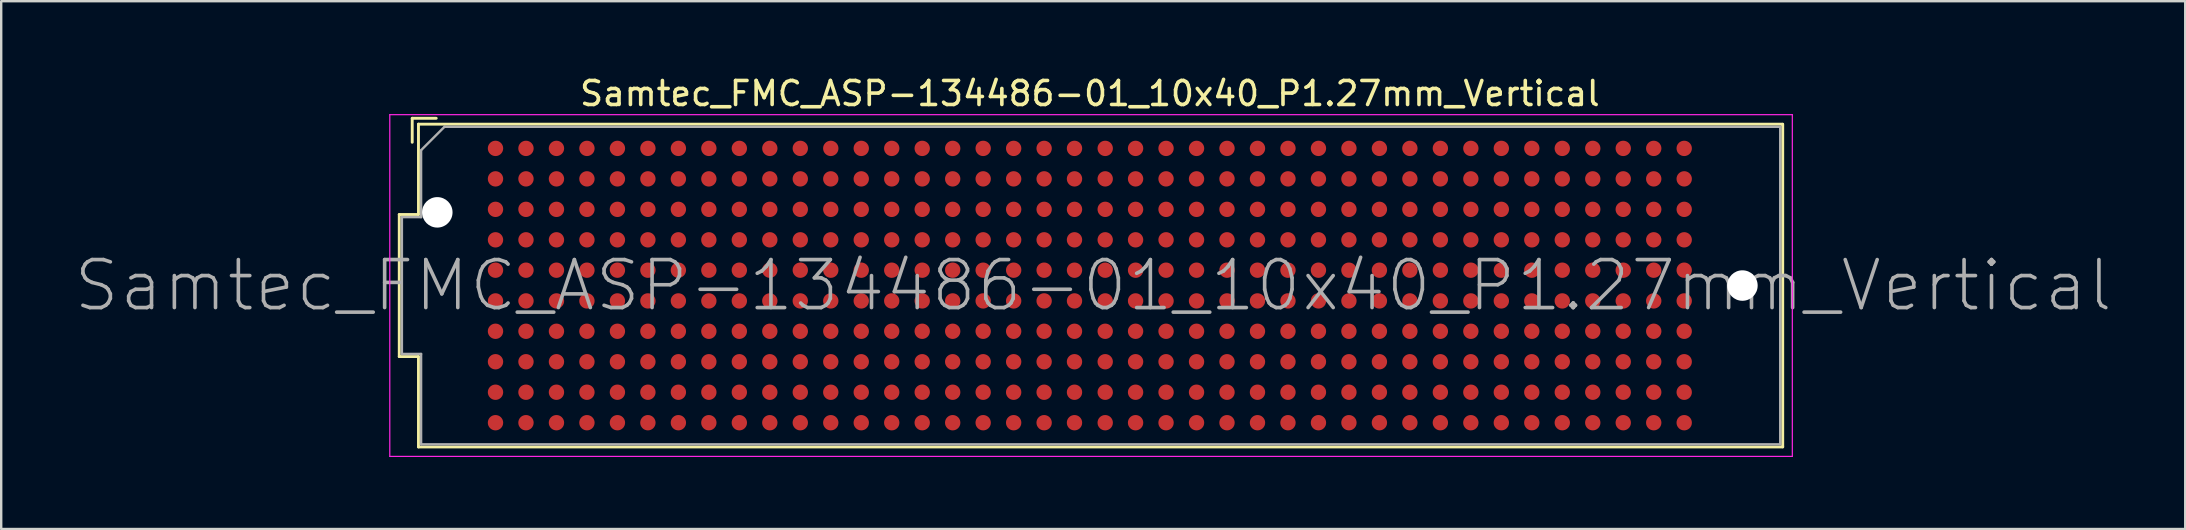
<source format=kicad_pcb>
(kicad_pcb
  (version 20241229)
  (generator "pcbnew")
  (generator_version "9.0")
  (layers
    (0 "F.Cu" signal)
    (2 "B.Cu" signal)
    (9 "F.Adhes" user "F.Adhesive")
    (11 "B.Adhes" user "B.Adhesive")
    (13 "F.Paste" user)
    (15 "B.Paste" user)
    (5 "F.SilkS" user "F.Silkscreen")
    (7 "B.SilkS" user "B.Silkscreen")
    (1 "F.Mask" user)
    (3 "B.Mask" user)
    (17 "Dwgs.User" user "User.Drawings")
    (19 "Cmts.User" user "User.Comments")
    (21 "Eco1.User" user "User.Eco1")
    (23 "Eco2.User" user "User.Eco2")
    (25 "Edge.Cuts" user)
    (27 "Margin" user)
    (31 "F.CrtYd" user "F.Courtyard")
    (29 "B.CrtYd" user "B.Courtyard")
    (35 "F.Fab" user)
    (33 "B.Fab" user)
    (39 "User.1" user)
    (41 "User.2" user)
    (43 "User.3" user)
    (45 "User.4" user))
  (footprint "Samtec_FMC_ASP-134486-01_10x40_P1.27mm_Vertical"
    (layer "F.Cu")
    (at 42.361 8.848)
    (property "Reference" "Samtec_FMC_ASP-134486-01_10x40_P1.27mm_Vertical" (at 0 -8 0) (layer "F.SilkS") (effects (font (size 1 1) (thickness 0.15))))
    (attr smd)
    (fp_line (start -28.775 -2.96) (end -27.975 -2.96) (stroke (width 0.12) (type solid)) (layer "F.SilkS"))
    (fp_line (start -28.775 2.96) (end -28.775 -2.96) (stroke (width 0.12) (type solid)) (layer "F.SilkS"))
    (fp_line (start -28.235 -6.97) (end -28.235 -5.97) (stroke (width 0.12) (type solid)) (layer "F.SilkS"))
    (fp_line (start -27.975 -6.725) (end 28.865 -6.725) (stroke (width 0.12) (type solid)) (layer "F.SilkS"))
    (fp_line (start -27.975 -2.96) (end -27.975 -6.725) (stroke (width 0.12) (type solid)) (layer "F.SilkS"))
    (fp_line (start -27.975 2.96) (end -28.775 2.96) (stroke (width 0.12) (type solid)) (layer "F.SilkS"))
    (fp_line (start -27.975 6.725) (end -27.975 2.96) (stroke (width 0.12) (type solid)) (layer "F.SilkS"))
    (fp_line (start -27.235 -6.97) (end -28.235 -6.97) (stroke (width 0.12) (type solid)) (layer "F.SilkS"))
    (fp_line (start 28.87 -6.72) (end 28.87 6.72) (stroke (width 0.12) (type solid)) (layer "F.SilkS"))
    (fp_line (start 28.87 6.725) (end -27.975 6.725) (stroke (width 0.12) (type solid)) (layer "F.SilkS"))
    (fp_line (start -29.17 -7.12) (end -29.17 7.12) (stroke (width 0.05) (type solid)) (layer "F.CrtYd"))
    (fp_line (start -29.17 -7.12) (end 29.27 -7.12) (stroke (width 0.05) (type solid)) (layer "F.CrtYd"))
    (fp_line (start -29.17 7.12) (end 29.27 7.12) (stroke (width 0.05) (type solid)) (layer "F.CrtYd"))
    (fp_line (start 29.27 -7.12) (end 29.27 7.12) (stroke (width 0.05) (type solid)) (layer "F.CrtYd"))
    (fp_line (start -28.665 -2.85) (end -28.665 2.85) (stroke (width 0.1) (type solid)) (layer "F.Fab"))
    (fp_line (start -27.865 -2.85) (end -28.665 -2.85) (stroke (width 0.1) (type solid)) (layer "F.Fab"))
    (fp_line (start -27.865 -2.85) (end -27.865 -5.63) (stroke (width 0.1) (type solid)) (layer "F.Fab"))
    (fp_line (start -27.865 2.85) (end -28.665 2.85) (stroke (width 0.1) (type solid)) (layer "F.Fab"))
    (fp_line (start -27.865 2.85) (end -27.865 6.615) (stroke (width 0.1) (type solid)) (layer "F.Fab"))
    (fp_line (start -26.885 -6.62) (end -27.865 -5.64) (stroke (width 0.1) (type solid)) (layer "F.Fab"))
    (fp_line (start 28.765 -6.615) (end -26.885 -6.615) (stroke (width 0.1) (type solid)) (layer "F.Fab"))
    (fp_line (start 28.765 -6.615) (end 28.765 6.615) (stroke (width 0.1) (type solid)) (layer "F.Fab"))
    (fp_line (start 28.765 6.615) (end -27.865 6.615) (stroke (width 0.1) (type solid)) (layer "F.Fab"))
    (fp_text user "${REFERENCE}" (at 0.14 0 0) (layer "F.Fab") (effects (font (size 2 2) (thickness 0.15))))
    (pad "" np_thru_hole circle (at -27.19 -3.05) (size 1.27 1.27) (drill 1.27) (layers "*.Cu" "*.Paste" "*.Mask"))
    (pad "" np_thru_hole circle (at 27.191 0) (size 1.27 1.27) (drill 1.27) (layers "*.Cu" "*.Paste" "*.Mask"))
    (pad "A1" smd circle (at -24.765 -5.715) (size 0.64 0.64) (layers "F.Cu" "F.Mask" "F.Paste"))
    (pad "A2" smd circle (at -23.495 -5.715) (size 0.64 0.64) (layers "F.Cu" "F.Mask" "F.Paste"))
    (pad "A3" smd circle (at -22.225 -5.715) (size 0.64 0.64) (layers "F.Cu" "F.Mask" "F.Paste"))
    (pad "A4" smd circle (at -20.955 -5.715) (size 0.64 0.64) (layers "F.Cu" "F.Mask" "F.Paste"))
    (pad "A5" smd circle (at -19.685 -5.715) (size 0.64 0.64) (layers "F.Cu" "F.Mask" "F.Paste"))
    (pad "A6" smd circle (at -18.415 -5.715) (size 0.64 0.64) (layers "F.Cu" "F.Mask" "F.Paste"))
    (pad "A7" smd circle (at -17.145 -5.715) (size 0.64 0.64) (layers "F.Cu" "F.Mask" "F.Paste"))
    (pad "A8" smd circle (at -15.875 -5.715) (size 0.64 0.64) (layers "F.Cu" "F.Mask" "F.Paste"))
    (pad "A9" smd circle (at -14.605 -5.715) (size 0.64 0.64) (layers "F.Cu" "F.Mask" "F.Paste"))
    (pad "A10" smd circle (at -13.335 -5.715) (size 0.64 0.64) (layers "F.Cu" "F.Mask" "F.Paste"))
    (pad "A11" smd circle (at -12.065 -5.715) (size 0.64 0.64) (layers "F.Cu" "F.Mask" "F.Paste"))
    (pad "A12" smd circle (at -10.795 -5.715) (size 0.64 0.64) (layers "F.Cu" "F.Mask" "F.Paste"))
    (pad "A13" smd circle (at -9.525 -5.715) (size 0.64 0.64) (layers "F.Cu" "F.Mask" "F.Paste"))
    (pad "A14" smd circle (at -8.255 -5.715) (size 0.64 0.64) (layers "F.Cu" "F.Mask" "F.Paste"))
    (pad "A15" smd circle (at -6.985 -5.715) (size 0.64 0.64) (layers "F.Cu" "F.Mask" "F.Paste"))
    (pad "A16" smd circle (at -5.715 -5.715) (size 0.64 0.64) (layers "F.Cu" "F.Mask" "F.Paste"))
    (pad "A17" smd circle (at -4.445 -5.715) (size 0.64 0.64) (layers "F.Cu" "F.Mask" "F.Paste"))
    (pad "A18" smd circle (at -3.175 -5.715) (size 0.64 0.64) (layers "F.Cu" "F.Mask" "F.Paste"))
    (pad "A19" smd circle (at -1.905 -5.715) (size 0.64 0.64) (layers "F.Cu" "F.Mask" "F.Paste"))
    (pad "A20" smd circle (at -0.64 -5.715) (size 0.64 0.64) (layers "F.Cu" "F.Mask" "F.Paste"))
    (pad "A21" smd circle (at 0.64 -5.715) (size 0.64 0.64) (layers "F.Cu" "F.Mask" "F.Paste"))
    (pad "A22" smd circle (at 1.905 -5.715) (size 0.64 0.64) (layers "F.Cu" "F.Mask" "F.Paste"))
    (pad "A23" smd circle (at 3.175 -5.715) (size 0.64 0.64) (layers "F.Cu" "F.Mask" "F.Paste"))
    (pad "A24" smd circle (at 4.445 -5.715) (size 0.64 0.64) (layers "F.Cu" "F.Mask" "F.Paste"))
    (pad "A25" smd circle (at 5.715 -5.715) (size 0.64 0.64) (layers "F.Cu" "F.Mask" "F.Paste"))
    (pad "A26" smd circle (at 6.985 -5.715) (size 0.64 0.64) (layers "F.Cu" "F.Mask" "F.Paste"))
    (pad "A27" smd circle (at 8.255 -5.715) (size 0.64 0.64) (layers "F.Cu" "F.Mask" "F.Paste"))
    (pad "A28" smd circle (at 9.525 -5.715) (size 0.64 0.64) (layers "F.Cu" "F.Mask" "F.Paste"))
    (pad "A29" smd circle (at 10.795 -5.715) (size 0.64 0.64) (layers "F.Cu" "F.Mask" "F.Paste"))
    (pad "A30" smd circle (at 12.065 -5.715) (size 0.64 0.64) (layers "F.Cu" "F.Mask" "F.Paste"))
    (pad "A31" smd circle (at 13.335 -5.715) (size 0.64 0.64) (layers "F.Cu" "F.Mask" "F.Paste"))
    (pad "A32" smd circle (at 14.605 -5.715) (size 0.64 0.64) (layers "F.Cu" "F.Mask" "F.Paste"))
    (pad "A33" smd circle (at 15.875 -5.715) (size 0.64 0.64) (layers "F.Cu" "F.Mask" "F.Paste"))
    (pad "A34" smd circle (at 17.145 -5.715) (size 0.64 0.64) (layers "F.Cu" "F.Mask" "F.Paste"))
    (pad "A35" smd circle (at 18.415 -5.715) (size 0.64 0.64) (layers "F.Cu" "F.Mask" "F.Paste"))
    (pad "A36" smd circle (at 19.685 -5.715) (size 0.64 0.64) (layers "F.Cu" "F.Mask" "F.Paste"))
    (pad "A37" smd circle (at 20.955 -5.715) (size 0.64 0.64) (layers "F.Cu" "F.Mask" "F.Paste"))
    (pad "A38" smd circle (at 22.225 -5.715) (size 0.64 0.64) (layers "F.Cu" "F.Mask" "F.Paste"))
    (pad "A39" smd circle (at 23.495 -5.715) (size 0.64 0.64) (layers "F.Cu" "F.Mask" "F.Paste"))
    (pad "A40" smd circle (at 24.765 -5.715) (size 0.64 0.64) (layers "F.Cu" "F.Mask" "F.Paste"))
    (pad "B1" smd circle (at -24.765 -4.445) (size 0.64 0.64) (layers "F.Cu" "F.Mask" "F.Paste"))
    (pad "B2" smd circle (at -23.495 -4.445) (size 0.64 0.64) (layers "F.Cu" "F.Mask" "F.Paste"))
    (pad "B3" smd circle (at -22.225 -4.445) (size 0.64 0.64) (layers "F.Cu" "F.Mask" "F.Paste"))
    (pad "B4" smd circle (at -20.955 -4.445) (size 0.64 0.64) (layers "F.Cu" "F.Mask" "F.Paste"))
    (pad "B5" smd circle (at -19.685 -4.445) (size 0.64 0.64) (layers "F.Cu" "F.Mask" "F.Paste"))
    (pad "B6" smd circle (at -18.415 -4.445) (size 0.64 0.64) (layers "F.Cu" "F.Mask" "F.Paste"))
    (pad "B7" smd circle (at -17.145 -4.445) (size 0.64 0.64) (layers "F.Cu" "F.Mask" "F.Paste"))
    (pad "B8" smd circle (at -15.875 -4.445) (size 0.64 0.64) (layers "F.Cu" "F.Mask" "F.Paste"))
    (pad "B9" smd circle (at -14.605 -4.445) (size 0.64 0.64) (layers "F.Cu" "F.Mask" "F.Paste"))
    (pad "B10" smd circle (at -13.335 -4.445) (size 0.64 0.64) (layers "F.Cu" "F.Mask" "F.Paste"))
    (pad "B11" smd circle (at -12.065 -4.445) (size 0.64 0.64) (layers "F.Cu" "F.Mask" "F.Paste"))
    (pad "B12" smd circle (at -10.795 -4.445) (size 0.64 0.64) (layers "F.Cu" "F.Mask" "F.Paste"))
    (pad "B13" smd circle (at -9.525 -4.445) (size 0.64 0.64) (layers "F.Cu" "F.Mask" "F.Paste"))
    (pad "B14" smd circle (at -8.255 -4.445) (size 0.64 0.64) (layers "F.Cu" "F.Mask" "F.Paste"))
    (pad "B15" smd circle (at -6.985 -4.445) (size 0.64 0.64) (layers "F.Cu" "F.Mask" "F.Paste"))
    (pad "B16" smd circle (at -5.715 -4.445) (size 0.64 0.64) (layers "F.Cu" "F.Mask" "F.Paste"))
    (pad "B17" smd circle (at -4.445 -4.445) (size 0.64 0.64) (layers "F.Cu" "F.Mask" "F.Paste"))
    (pad "B18" smd circle (at -3.175 -4.445) (size 0.64 0.64) (layers "F.Cu" "F.Mask" "F.Paste"))
    (pad "B19" smd circle (at -1.905 -4.445) (size 0.64 0.64) (layers "F.Cu" "F.Mask" "F.Paste"))
    (pad "B20" smd circle (at -0.64 -4.445) (size 0.64 0.64) (layers "F.Cu" "F.Mask" "F.Paste"))
    (pad "B21" smd circle (at 0.64 -4.445) (size 0.64 0.64) (layers "F.Cu" "F.Mask" "F.Paste"))
    (pad "B22" smd circle (at 1.905 -4.445) (size 0.64 0.64) (layers "F.Cu" "F.Mask" "F.Paste"))
    (pad "B23" smd circle (at 3.175 -4.445) (size 0.64 0.64) (layers "F.Cu" "F.Mask" "F.Paste"))
    (pad "B24" smd circle (at 4.445 -4.445) (size 0.64 0.64) (layers "F.Cu" "F.Mask" "F.Paste"))
    (pad "B25" smd circle (at 5.715 -4.445) (size 0.64 0.64) (layers "F.Cu" "F.Mask" "F.Paste"))
    (pad "B26" smd circle (at 6.985 -4.445) (size 0.64 0.64) (layers "F.Cu" "F.Mask" "F.Paste"))
    (pad "B27" smd circle (at 8.255 -4.445) (size 0.64 0.64) (layers "F.Cu" "F.Mask" "F.Paste"))
    (pad "B28" smd circle (at 9.525 -4.445) (size 0.64 0.64) (layers "F.Cu" "F.Mask" "F.Paste"))
    (pad "B29" smd circle (at 10.795 -4.445) (size 0.64 0.64) (layers "F.Cu" "F.Mask" "F.Paste"))
    (pad "B30" smd circle (at 12.065 -4.445) (size 0.64 0.64) (layers "F.Cu" "F.Mask" "F.Paste"))
    (pad "B31" smd circle (at 13.335 -4.445) (size 0.64 0.64) (layers "F.Cu" "F.Mask" "F.Paste"))
    (pad "B32" smd circle (at 14.605 -4.445) (size 0.64 0.64) (layers "F.Cu" "F.Mask" "F.Paste"))
    (pad "B33" smd circle (at 15.875 -4.445) (size 0.64 0.64) (layers "F.Cu" "F.Mask" "F.Paste"))
    (pad "B34" smd circle (at 17.145 -4.445) (size 0.64 0.64) (layers "F.Cu" "F.Mask" "F.Paste"))
    (pad "B35" smd circle (at 18.415 -4.445) (size 0.64 0.64) (layers "F.Cu" "F.Mask" "F.Paste"))
    (pad "B36" smd circle (at 19.685 -4.445) (size 0.64 0.64) (layers "F.Cu" "F.Mask" "F.Paste"))
    (pad "B37" smd circle (at 20.955 -4.445) (size 0.64 0.64) (layers "F.Cu" "F.Mask" "F.Paste"))
    (pad "B38" smd circle (at 22.225 -4.445) (size 0.64 0.64) (layers "F.Cu" "F.Mask" "F.Paste"))
    (pad "B39" smd circle (at 23.495 -4.445) (size 0.64 0.64) (layers "F.Cu" "F.Mask" "F.Paste"))
    (pad "B40" smd circle (at 24.765 -4.445) (size 0.64 0.64) (layers "F.Cu" "F.Mask" "F.Paste"))
    (pad "C1" smd circle (at -24.765 -3.175) (size 0.64 0.64) (layers "F.Cu" "F.Mask" "F.Paste"))
    (pad "C2" smd circle (at -23.495 -3.175) (size 0.64 0.64) (layers "F.Cu" "F.Mask" "F.Paste"))
    (pad "C3" smd circle (at -22.225 -3.175) (size 0.64 0.64) (layers "F.Cu" "F.Mask" "F.Paste"))
    (pad "C4" smd circle (at -20.955 -3.175) (size 0.64 0.64) (layers "F.Cu" "F.Mask" "F.Paste"))
    (pad "C5" smd circle (at -19.685 -3.175) (size 0.64 0.64) (layers "F.Cu" "F.Mask" "F.Paste"))
    (pad "C6" smd circle (at -18.415 -3.175) (size 0.64 0.64) (layers "F.Cu" "F.Mask" "F.Paste"))
    (pad "C7" smd circle (at -17.145 -3.175) (size 0.64 0.64) (layers "F.Cu" "F.Mask" "F.Paste"))
    (pad "C8" smd circle (at -15.875 -3.175) (size 0.64 0.64) (layers "F.Cu" "F.Mask" "F.Paste"))
    (pad "C9" smd circle (at -14.605 -3.175) (size 0.64 0.64) (layers "F.Cu" "F.Mask" "F.Paste"))
    (pad "C10" smd circle (at -13.335 -3.175) (size 0.64 0.64) (layers "F.Cu" "F.Mask" "F.Paste"))
    (pad "C11" smd circle (at -12.065 -3.175) (size 0.64 0.64) (layers "F.Cu" "F.Mask" "F.Paste"))
    (pad "C12" smd circle (at -10.795 -3.175) (size 0.64 0.64) (layers "F.Cu" "F.Mask" "F.Paste"))
    (pad "C13" smd circle (at -9.525 -3.175) (size 0.64 0.64) (layers "F.Cu" "F.Mask" "F.Paste"))
    (pad "C14" smd circle (at -8.255 -3.175) (size 0.64 0.64) (layers "F.Cu" "F.Mask" "F.Paste"))
    (pad "C15" smd circle (at -6.985 -3.175) (size 0.64 0.64) (layers "F.Cu" "F.Mask" "F.Paste"))
    (pad "C16" smd circle (at -5.715 -3.175) (size 0.64 0.64) (layers "F.Cu" "F.Mask" "F.Paste"))
    (pad "C17" smd circle (at -4.445 -3.175) (size 0.64 0.64) (layers "F.Cu" "F.Mask" "F.Paste"))
    (pad "C18" smd circle (at -3.175 -3.175) (size 0.64 0.64) (layers "F.Cu" "F.Mask" "F.Paste"))
    (pad "C19" smd circle (at -1.905 -3.175) (size 0.64 0.64) (layers "F.Cu" "F.Mask" "F.Paste"))
    (pad "C20" smd circle (at -0.64 -3.175) (size 0.64 0.64) (layers "F.Cu" "F.Mask" "F.Paste"))
    (pad "C21" smd circle (at 0.64 -3.175) (size 0.64 0.64) (layers "F.Cu" "F.Mask" "F.Paste"))
    (pad "C22" smd circle (at 1.905 -3.175) (size 0.64 0.64) (layers "F.Cu" "F.Mask" "F.Paste"))
    (pad "C23" smd circle (at 3.175 -3.175) (size 0.64 0.64) (layers "F.Cu" "F.Mask" "F.Paste"))
    (pad "C24" smd circle (at 4.445 -3.175) (size 0.64 0.64) (layers "F.Cu" "F.Mask" "F.Paste"))
    (pad "C25" smd circle (at 5.715 -3.175) (size 0.64 0.64) (layers "F.Cu" "F.Mask" "F.Paste"))
    (pad "C26" smd circle (at 6.985 -3.175) (size 0.64 0.64) (layers "F.Cu" "F.Mask" "F.Paste"))
    (pad "C27" smd circle (at 8.255 -3.175) (size 0.64 0.64) (layers "F.Cu" "F.Mask" "F.Paste"))
    (pad "C28" smd circle (at 9.525 -3.175) (size 0.64 0.64) (layers "F.Cu" "F.Mask" "F.Paste"))
    (pad "C29" smd circle (at 10.795 -3.175) (size 0.64 0.64) (layers "F.Cu" "F.Mask" "F.Paste"))
    (pad "C30" smd circle (at 12.065 -3.175) (size 0.64 0.64) (layers "F.Cu" "F.Mask" "F.Paste"))
    (pad "C31" smd circle (at 13.335 -3.175) (size 0.64 0.64) (layers "F.Cu" "F.Mask" "F.Paste"))
    (pad "C32" smd circle (at 14.605 -3.175) (size 0.64 0.64) (layers "F.Cu" "F.Mask" "F.Paste"))
    (pad "C33" smd circle (at 15.875 -3.175) (size 0.64 0.64) (layers "F.Cu" "F.Mask" "F.Paste"))
    (pad "C34" smd circle (at 17.145 -3.175) (size 0.64 0.64) (layers "F.Cu" "F.Mask" "F.Paste"))
    (pad "C35" smd circle (at 18.415 -3.175) (size 0.64 0.64) (layers "F.Cu" "F.Mask" "F.Paste"))
    (pad "C36" smd circle (at 19.685 -3.175) (size 0.64 0.64) (layers "F.Cu" "F.Mask" "F.Paste"))
    (pad "C37" smd circle (at 20.955 -3.175) (size 0.64 0.64) (layers "F.Cu" "F.Mask" "F.Paste"))
    (pad "C38" smd circle (at 22.225 -3.175) (size 0.64 0.64) (layers "F.Cu" "F.Mask" "F.Paste"))
    (pad "C39" smd circle (at 23.495 -3.175) (size 0.64 0.64) (layers "F.Cu" "F.Mask" "F.Paste"))
    (pad "C40" smd circle (at 24.765 -3.175) (size 0.64 0.64) (layers "F.Cu" "F.Mask" "F.Paste"))
    (pad "D1" smd circle (at -24.765 -1.905) (size 0.64 0.64) (layers "F.Cu" "F.Mask" "F.Paste"))
    (pad "D2" smd circle (at -23.495 -1.905) (size 0.64 0.64) (layers "F.Cu" "F.Mask" "F.Paste"))
    (pad "D3" smd circle (at -22.225 -1.905) (size 0.64 0.64) (layers "F.Cu" "F.Mask" "F.Paste"))
    (pad "D4" smd circle (at -20.955 -1.905) (size 0.64 0.64) (layers "F.Cu" "F.Mask" "F.Paste"))
    (pad "D5" smd circle (at -19.685 -1.905) (size 0.64 0.64) (layers "F.Cu" "F.Mask" "F.Paste"))
    (pad "D6" smd circle (at -18.415 -1.905) (size 0.64 0.64) (layers "F.Cu" "F.Mask" "F.Paste"))
    (pad "D7" smd circle (at -17.145 -1.905) (size 0.64 0.64) (layers "F.Cu" "F.Mask" "F.Paste"))
    (pad "D8" smd circle (at -15.875 -1.905) (size 0.64 0.64) (layers "F.Cu" "F.Mask" "F.Paste"))
    (pad "D9" smd circle (at -14.605 -1.905) (size 0.64 0.64) (layers "F.Cu" "F.Mask" "F.Paste"))
    (pad "D10" smd circle (at -13.335 -1.905) (size 0.64 0.64) (layers "F.Cu" "F.Mask" "F.Paste"))
    (pad "D11" smd circle (at -12.065 -1.905) (size 0.64 0.64) (layers "F.Cu" "F.Mask" "F.Paste"))
    (pad "D12" smd circle (at -10.795 -1.905) (size 0.64 0.64) (layers "F.Cu" "F.Mask" "F.Paste"))
    (pad "D13" smd circle (at -9.525 -1.905) (size 0.64 0.64) (layers "F.Cu" "F.Mask" "F.Paste"))
    (pad "D14" smd circle (at -8.255 -1.905) (size 0.64 0.64) (layers "F.Cu" "F.Mask" "F.Paste"))
    (pad "D15" smd circle (at -6.985 -1.905) (size 0.64 0.64) (layers "F.Cu" "F.Mask" "F.Paste"))
    (pad "D16" smd circle (at -5.715 -1.905) (size 0.64 0.64) (layers "F.Cu" "F.Mask" "F.Paste"))
    (pad "D17" smd circle (at -4.445 -1.905) (size 0.64 0.64) (layers "F.Cu" "F.Mask" "F.Paste"))
    (pad "D18" smd circle (at -3.175 -1.905) (size 0.64 0.64) (layers "F.Cu" "F.Mask" "F.Paste"))
    (pad "D19" smd circle (at -1.905 -1.905) (size 0.64 0.64) (layers "F.Cu" "F.Mask" "F.Paste"))
    (pad "D20" smd circle (at -0.64 -1.905) (size 0.64 0.64) (layers "F.Cu" "F.Mask" "F.Paste"))
    (pad "D21" smd circle (at 0.64 -1.905) (size 0.64 0.64) (layers "F.Cu" "F.Mask" "F.Paste"))
    (pad "D22" smd circle (at 1.905 -1.905) (size 0.64 0.64) (layers "F.Cu" "F.Mask" "F.Paste"))
    (pad "D23" smd circle (at 3.175 -1.905) (size 0.64 0.64) (layers "F.Cu" "F.Mask" "F.Paste"))
    (pad "D24" smd circle (at 4.445 -1.905) (size 0.64 0.64) (layers "F.Cu" "F.Mask" "F.Paste"))
    (pad "D25" smd circle (at 5.715 -1.905) (size 0.64 0.64) (layers "F.Cu" "F.Mask" "F.Paste"))
    (pad "D26" smd circle (at 6.985 -1.905) (size 0.64 0.64) (layers "F.Cu" "F.Mask" "F.Paste"))
    (pad "D27" smd circle (at 8.255 -1.905) (size 0.64 0.64) (layers "F.Cu" "F.Mask" "F.Paste"))
    (pad "D28" smd circle (at 9.525 -1.905) (size 0.64 0.64) (layers "F.Cu" "F.Mask" "F.Paste"))
    (pad "D29" smd circle (at 10.795 -1.905) (size 0.64 0.64) (layers "F.Cu" "F.Mask" "F.Paste"))
    (pad "D30" smd circle (at 12.065 -1.905) (size 0.64 0.64) (layers "F.Cu" "F.Mask" "F.Paste"))
    (pad "D31" smd circle (at 13.335 -1.905) (size 0.64 0.64) (layers "F.Cu" "F.Mask" "F.Paste"))
    (pad "D32" smd circle (at 14.605 -1.905) (size 0.64 0.64) (layers "F.Cu" "F.Mask" "F.Paste"))
    (pad "D33" smd circle (at 15.875 -1.905) (size 0.64 0.64) (layers "F.Cu" "F.Mask" "F.Paste"))
    (pad "D34" smd circle (at 17.145 -1.905) (size 0.64 0.64) (layers "F.Cu" "F.Mask" "F.Paste"))
    (pad "D35" smd circle (at 18.415 -1.905) (size 0.64 0.64) (layers "F.Cu" "F.Mask" "F.Paste"))
    (pad "D36" smd circle (at 19.685 -1.905) (size 0.64 0.64) (layers "F.Cu" "F.Mask" "F.Paste"))
    (pad "D37" smd circle (at 20.955 -1.905) (size 0.64 0.64) (layers "F.Cu" "F.Mask" "F.Paste"))
    (pad "D38" smd circle (at 22.225 -1.905) (size 0.64 0.64) (layers "F.Cu" "F.Mask" "F.Paste"))
    (pad "D39" smd circle (at 23.495 -1.905) (size 0.64 0.64) (layers "F.Cu" "F.Mask" "F.Paste"))
    (pad "D40" smd circle (at 24.765 -1.905) (size 0.64 0.64) (layers "F.Cu" "F.Mask" "F.Paste"))
    (pad "E1" smd circle (at -24.765 -0.64) (size 0.64 0.64) (layers "F.Cu" "F.Mask" "F.Paste"))
    (pad "E2" smd circle (at -23.495 -0.64) (size 0.64 0.64) (layers "F.Cu" "F.Mask" "F.Paste"))
    (pad "E3" smd circle (at -22.225 -0.64) (size 0.64 0.64) (layers "F.Cu" "F.Mask" "F.Paste"))
    (pad "E4" smd circle (at -20.955 -0.64) (size 0.64 0.64) (layers "F.Cu" "F.Mask" "F.Paste"))
    (pad "E5" smd circle (at -19.685 -0.64) (size 0.64 0.64) (layers "F.Cu" "F.Mask" "F.Paste"))
    (pad "E6" smd circle (at -18.415 -0.64) (size 0.64 0.64) (layers "F.Cu" "F.Mask" "F.Paste"))
    (pad "E7" smd circle (at -17.145 -0.64) (size 0.64 0.64) (layers "F.Cu" "F.Mask" "F.Paste"))
    (pad "E8" smd circle (at -15.875 -0.64) (size 0.64 0.64) (layers "F.Cu" "F.Mask" "F.Paste"))
    (pad "E9" smd circle (at -14.605 -0.64) (size 0.64 0.64) (layers "F.Cu" "F.Mask" "F.Paste"))
    (pad "E10" smd circle (at -13.335 -0.64) (size 0.64 0.64) (layers "F.Cu" "F.Mask" "F.Paste"))
    (pad "E11" smd circle (at -12.065 -0.64) (size 0.64 0.64) (layers "F.Cu" "F.Mask" "F.Paste"))
    (pad "E12" smd circle (at -10.795 -0.64) (size 0.64 0.64) (layers "F.Cu" "F.Mask" "F.Paste"))
    (pad "E13" smd circle (at -9.525 -0.64) (size 0.64 0.64) (layers "F.Cu" "F.Mask" "F.Paste"))
    (pad "E14" smd circle (at -8.255 -0.64) (size 0.64 0.64) (layers "F.Cu" "F.Mask" "F.Paste"))
    (pad "E15" smd circle (at -6.985 -0.64) (size 0.64 0.64) (layers "F.Cu" "F.Mask" "F.Paste"))
    (pad "E16" smd circle (at -5.715 -0.64) (size 0.64 0.64) (layers "F.Cu" "F.Mask" "F.Paste"))
    (pad "E17" smd circle (at -4.445 -0.64) (size 0.64 0.64) (layers "F.Cu" "F.Mask" "F.Paste"))
    (pad "E18" smd circle (at -3.175 -0.64) (size 0.64 0.64) (layers "F.Cu" "F.Mask" "F.Paste"))
    (pad "E19" smd circle (at -1.905 -0.64) (size 0.64 0.64) (layers "F.Cu" "F.Mask" "F.Paste"))
    (pad "E20" smd circle (at -0.64 -0.64) (size 0.64 0.64) (layers "F.Cu" "F.Mask" "F.Paste"))
    (pad "E21" smd circle (at 0.64 -0.64) (size 0.64 0.64) (layers "F.Cu" "F.Mask" "F.Paste"))
    (pad "E22" smd circle (at 1.905 -0.64) (size 0.64 0.64) (layers "F.Cu" "F.Mask" "F.Paste"))
    (pad "E23" smd circle (at 3.175 -0.64) (size 0.64 0.64) (layers "F.Cu" "F.Mask" "F.Paste"))
    (pad "E24" smd circle (at 4.445 -0.64) (size 0.64 0.64) (layers "F.Cu" "F.Mask" "F.Paste"))
    (pad "E25" smd circle (at 5.715 -0.64) (size 0.64 0.64) (layers "F.Cu" "F.Mask" "F.Paste"))
    (pad "E26" smd circle (at 6.985 -0.64) (size 0.64 0.64) (layers "F.Cu" "F.Mask" "F.Paste"))
    (pad "E27" smd circle (at 8.255 -0.64) (size 0.64 0.64) (layers "F.Cu" "F.Mask" "F.Paste"))
    (pad "E28" smd circle (at 9.525 -0.64) (size 0.64 0.64) (layers "F.Cu" "F.Mask" "F.Paste"))
    (pad "E29" smd circle (at 10.795 -0.64) (size 0.64 0.64) (layers "F.Cu" "F.Mask" "F.Paste"))
    (pad "E30" smd circle (at 12.065 -0.64) (size 0.64 0.64) (layers "F.Cu" "F.Mask" "F.Paste"))
    (pad "E31" smd circle (at 13.335 -0.64) (size 0.64 0.64) (layers "F.Cu" "F.Mask" "F.Paste"))
    (pad "E32" smd circle (at 14.605 -0.64) (size 0.64 0.64) (layers "F.Cu" "F.Mask" "F.Paste"))
    (pad "E33" smd circle (at 15.875 -0.64) (size 0.64 0.64) (layers "F.Cu" "F.Mask" "F.Paste"))
    (pad "E34" smd circle (at 17.145 -0.64) (size 0.64 0.64) (layers "F.Cu" "F.Mask" "F.Paste"))
    (pad "E35" smd circle (at 18.415 -0.64) (size 0.64 0.64) (layers "F.Cu" "F.Mask" "F.Paste"))
    (pad "E36" smd circle (at 19.685 -0.64) (size 0.64 0.64) (layers "F.Cu" "F.Mask" "F.Paste"))
    (pad "E37" smd circle (at 20.955 -0.64) (size 0.64 0.64) (layers "F.Cu" "F.Mask" "F.Paste"))
    (pad "E38" smd circle (at 22.225 -0.64) (size 0.64 0.64) (layers "F.Cu" "F.Mask" "F.Paste"))
    (pad "E39" smd circle (at 23.495 -0.64) (size 0.64 0.64) (layers "F.Cu" "F.Mask" "F.Paste"))
    (pad "E40" smd circle (at 24.765 -0.64) (size 0.64 0.64) (layers "F.Cu" "F.Mask" "F.Paste"))
    (pad "F1" smd circle (at -24.765 0.64) (size 0.64 0.64) (layers "F.Cu" "F.Mask" "F.Paste"))
    (pad "F2" smd circle (at -23.495 0.64) (size 0.64 0.64) (layers "F.Cu" "F.Mask" "F.Paste"))
    (pad "F3" smd circle (at -22.225 0.64) (size 0.64 0.64) (layers "F.Cu" "F.Mask" "F.Paste"))
    (pad "F4" smd circle (at -20.955 0.64) (size 0.64 0.64) (layers "F.Cu" "F.Mask" "F.Paste"))
    (pad "F5" smd circle (at -19.685 0.64) (size 0.64 0.64) (layers "F.Cu" "F.Mask" "F.Paste"))
    (pad "F6" smd circle (at -18.415 0.64) (size 0.64 0.64) (layers "F.Cu" "F.Mask" "F.Paste"))
    (pad "F7" smd circle (at -17.145 0.64) (size 0.64 0.64) (layers "F.Cu" "F.Mask" "F.Paste"))
    (pad "F8" smd circle (at -15.875 0.64) (size 0.64 0.64) (layers "F.Cu" "F.Mask" "F.Paste"))
    (pad "F9" smd circle (at -14.605 0.64) (size 0.64 0.64) (layers "F.Cu" "F.Mask" "F.Paste"))
    (pad "F10" smd circle (at -13.335 0.64) (size 0.64 0.64) (layers "F.Cu" "F.Mask" "F.Paste"))
    (pad "F11" smd circle (at -12.065 0.64) (size 0.64 0.64) (layers "F.Cu" "F.Mask" "F.Paste"))
    (pad "F12" smd circle (at -10.795 0.64) (size 0.64 0.64) (layers "F.Cu" "F.Mask" "F.Paste"))
    (pad "F13" smd circle (at -9.525 0.64) (size 0.64 0.64) (layers "F.Cu" "F.Mask" "F.Paste"))
    (pad "F14" smd circle (at -8.255 0.64) (size 0.64 0.64) (layers "F.Cu" "F.Mask" "F.Paste"))
    (pad "F15" smd circle (at -6.985 0.64) (size 0.64 0.64) (layers "F.Cu" "F.Mask" "F.Paste"))
    (pad "F16" smd circle (at -5.715 0.64) (size 0.64 0.64) (layers "F.Cu" "F.Mask" "F.Paste"))
    (pad "F17" smd circle (at -4.445 0.64) (size 0.64 0.64) (layers "F.Cu" "F.Mask" "F.Paste"))
    (pad "F18" smd circle (at -3.175 0.64) (size 0.64 0.64) (layers "F.Cu" "F.Mask" "F.Paste"))
    (pad "F19" smd circle (at -1.905 0.64) (size 0.64 0.64) (layers "F.Cu" "F.Mask" "F.Paste"))
    (pad "F20" smd circle (at -0.64 0.64) (size 0.64 0.64) (layers "F.Cu" "F.Mask" "F.Paste"))
    (pad "F21" smd circle (at 0.64 0.64) (size 0.64 0.64) (layers "F.Cu" "F.Mask" "F.Paste"))
    (pad "F22" smd circle (at 1.905 0.64) (size 0.64 0.64) (layers "F.Cu" "F.Mask" "F.Paste"))
    (pad "F23" smd circle (at 3.175 0.64) (size 0.64 0.64) (layers "F.Cu" "F.Mask" "F.Paste"))
    (pad "F24" smd circle (at 4.445 0.64) (size 0.64 0.64) (layers "F.Cu" "F.Mask" "F.Paste"))
    (pad "F25" smd circle (at 5.715 0.64) (size 0.64 0.64) (layers "F.Cu" "F.Mask" "F.Paste"))
    (pad "F26" smd circle (at 6.985 0.64) (size 0.64 0.64) (layers "F.Cu" "F.Mask" "F.Paste"))
    (pad "F27" smd circle (at 8.255 0.64) (size 0.64 0.64) (layers "F.Cu" "F.Mask" "F.Paste"))
    (pad "F28" smd circle (at 9.525 0.64) (size 0.64 0.64) (layers "F.Cu" "F.Mask" "F.Paste"))
    (pad "F29" smd circle (at 10.795 0.64) (size 0.64 0.64) (layers "F.Cu" "F.Mask" "F.Paste"))
    (pad "F30" smd circle (at 12.065 0.64) (size 0.64 0.64) (layers "F.Cu" "F.Mask" "F.Paste"))
    (pad "F31" smd circle (at 13.335 0.64) (size 0.64 0.64) (layers "F.Cu" "F.Mask" "F.Paste"))
    (pad "F32" smd circle (at 14.605 0.64) (size 0.64 0.64) (layers "F.Cu" "F.Mask" "F.Paste"))
    (pad "F33" smd circle (at 15.875 0.64) (size 0.64 0.64) (layers "F.Cu" "F.Mask" "F.Paste"))
    (pad "F34" smd circle (at 17.145 0.64) (size 0.64 0.64) (layers "F.Cu" "F.Mask" "F.Paste"))
    (pad "F35" smd circle (at 18.415 0.64) (size 0.64 0.64) (layers "F.Cu" "F.Mask" "F.Paste"))
    (pad "F36" smd circle (at 19.685 0.64) (size 0.64 0.64) (layers "F.Cu" "F.Mask" "F.Paste"))
    (pad "F37" smd circle (at 20.955 0.64) (size 0.64 0.64) (layers "F.Cu" "F.Mask" "F.Paste"))
    (pad "F38" smd circle (at 22.225 0.64) (size 0.64 0.64) (layers "F.Cu" "F.Mask" "F.Paste"))
    (pad "F39" smd circle (at 23.495 0.64) (size 0.64 0.64) (layers "F.Cu" "F.Mask" "F.Paste"))
    (pad "F40" smd circle (at 24.765 0.64) (size 0.64 0.64) (layers "F.Cu" "F.Mask" "F.Paste"))
    (pad "G1" smd circle (at -24.765 1.905) (size 0.64 0.64) (layers "F.Cu" "F.Mask" "F.Paste"))
    (pad "G2" smd circle (at -23.495 1.905) (size 0.64 0.64) (layers "F.Cu" "F.Mask" "F.Paste"))
    (pad "G3" smd circle (at -22.225 1.905) (size 0.64 0.64) (layers "F.Cu" "F.Mask" "F.Paste"))
    (pad "G4" smd circle (at -20.955 1.905) (size 0.64 0.64) (layers "F.Cu" "F.Mask" "F.Paste"))
    (pad "G5" smd circle (at -19.685 1.905) (size 0.64 0.64) (layers "F.Cu" "F.Mask" "F.Paste"))
    (pad "G6" smd circle (at -18.415 1.905) (size 0.64 0.64) (layers "F.Cu" "F.Mask" "F.Paste"))
    (pad "G7" smd circle (at -17.145 1.905) (size 0.64 0.64) (layers "F.Cu" "F.Mask" "F.Paste"))
    (pad "G8" smd circle (at -15.875 1.905) (size 0.64 0.64) (layers "F.Cu" "F.Mask" "F.Paste"))
    (pad "G9" smd circle (at -14.605 1.905) (size 0.64 0.64) (layers "F.Cu" "F.Mask" "F.Paste"))
    (pad "G10" smd circle (at -13.335 1.905) (size 0.64 0.64) (layers "F.Cu" "F.Mask" "F.Paste"))
    (pad "G11" smd circle (at -12.065 1.905) (size 0.64 0.64) (layers "F.Cu" "F.Mask" "F.Paste"))
    (pad "G12" smd circle (at -10.795 1.905) (size 0.64 0.64) (layers "F.Cu" "F.Mask" "F.Paste"))
    (pad "G13" smd circle (at -9.525 1.905) (size 0.64 0.64) (layers "F.Cu" "F.Mask" "F.Paste"))
    (pad "G14" smd circle (at -8.255 1.905) (size 0.64 0.64) (layers "F.Cu" "F.Mask" "F.Paste"))
    (pad "G15" smd circle (at -6.985 1.905) (size 0.64 0.64) (layers "F.Cu" "F.Mask" "F.Paste"))
    (pad "G16" smd circle (at -5.715 1.905) (size 0.64 0.64) (layers "F.Cu" "F.Mask" "F.Paste"))
    (pad "G17" smd circle (at -4.445 1.905) (size 0.64 0.64) (layers "F.Cu" "F.Mask" "F.Paste"))
    (pad "G18" smd circle (at -3.175 1.905) (size 0.64 0.64) (layers "F.Cu" "F.Mask" "F.Paste"))
    (pad "G19" smd circle (at -1.905 1.905) (size 0.64 0.64) (layers "F.Cu" "F.Mask" "F.Paste"))
    (pad "G20" smd circle (at -0.64 1.905) (size 0.64 0.64) (layers "F.Cu" "F.Mask" "F.Paste"))
    (pad "G21" smd circle (at 0.64 1.905) (size 0.64 0.64) (layers "F.Cu" "F.Mask" "F.Paste"))
    (pad "G22" smd circle (at 1.905 1.905) (size 0.64 0.64) (layers "F.Cu" "F.Mask" "F.Paste"))
    (pad "G23" smd circle (at 3.175 1.905) (size 0.64 0.64) (layers "F.Cu" "F.Mask" "F.Paste"))
    (pad "G24" smd circle (at 4.445 1.905) (size 0.64 0.64) (layers "F.Cu" "F.Mask" "F.Paste"))
    (pad "G25" smd circle (at 5.715 1.905) (size 0.64 0.64) (layers "F.Cu" "F.Mask" "F.Paste"))
    (pad "G26" smd circle (at 6.985 1.905) (size 0.64 0.64) (layers "F.Cu" "F.Mask" "F.Paste"))
    (pad "G27" smd circle (at 8.255 1.905) (size 0.64 0.64) (layers "F.Cu" "F.Mask" "F.Paste"))
    (pad "G28" smd circle (at 9.525 1.905) (size 0.64 0.64) (layers "F.Cu" "F.Mask" "F.Paste"))
    (pad "G29" smd circle (at 10.795 1.905) (size 0.64 0.64) (layers "F.Cu" "F.Mask" "F.Paste"))
    (pad "G30" smd circle (at 12.065 1.905) (size 0.64 0.64) (layers "F.Cu" "F.Mask" "F.Paste"))
    (pad "G31" smd circle (at 13.335 1.905) (size 0.64 0.64) (layers "F.Cu" "F.Mask" "F.Paste"))
    (pad "G32" smd circle (at 14.605 1.905) (size 0.64 0.64) (layers "F.Cu" "F.Mask" "F.Paste"))
    (pad "G33" smd circle (at 15.875 1.905) (size 0.64 0.64) (layers "F.Cu" "F.Mask" "F.Paste"))
    (pad "G34" smd circle (at 17.145 1.905) (size 0.64 0.64) (layers "F.Cu" "F.Mask" "F.Paste"))
    (pad "G35" smd circle (at 18.415 1.905) (size 0.64 0.64) (layers "F.Cu" "F.Mask" "F.Paste"))
    (pad "G36" smd circle (at 19.685 1.905) (size 0.64 0.64) (layers "F.Cu" "F.Mask" "F.Paste"))
    (pad "G37" smd circle (at 20.955 1.905) (size 0.64 0.64) (layers "F.Cu" "F.Mask" "F.Paste"))
    (pad "G38" smd circle (at 22.225 1.905) (size 0.64 0.64) (layers "F.Cu" "F.Mask" "F.Paste"))
    (pad "G39" smd circle (at 23.495 1.905) (size 0.64 0.64) (layers "F.Cu" "F.Mask" "F.Paste"))
    (pad "G40" smd circle (at 24.765 1.905) (size 0.64 0.64) (layers "F.Cu" "F.Mask" "F.Paste"))
    (pad "H1" smd circle (at -24.765 3.175) (size 0.64 0.64) (layers "F.Cu" "F.Mask" "F.Paste"))
    (pad "H2" smd circle (at -23.495 3.175) (size 0.64 0.64) (layers "F.Cu" "F.Mask" "F.Paste"))
    (pad "H3" smd circle (at -22.225 3.175) (size 0.64 0.64) (layers "F.Cu" "F.Mask" "F.Paste"))
    (pad "H4" smd circle (at -20.955 3.175) (size 0.64 0.64) (layers "F.Cu" "F.Mask" "F.Paste"))
    (pad "H5" smd circle (at -19.685 3.175) (size 0.64 0.64) (layers "F.Cu" "F.Mask" "F.Paste"))
    (pad "H6" smd circle (at -18.415 3.175) (size 0.64 0.64) (layers "F.Cu" "F.Mask" "F.Paste"))
    (pad "H7" smd circle (at -17.145 3.175) (size 0.64 0.64) (layers "F.Cu" "F.Mask" "F.Paste"))
    (pad "H8" smd circle (at -15.875 3.175) (size 0.64 0.64) (layers "F.Cu" "F.Mask" "F.Paste"))
    (pad "H9" smd circle (at -14.605 3.175) (size 0.64 0.64) (layers "F.Cu" "F.Mask" "F.Paste"))
    (pad "H10" smd circle (at -13.335 3.175) (size 0.64 0.64) (layers "F.Cu" "F.Mask" "F.Paste"))
    (pad "H11" smd circle (at -12.065 3.175) (size 0.64 0.64) (layers "F.Cu" "F.Mask" "F.Paste"))
    (pad "H12" smd circle (at -10.795 3.175) (size 0.64 0.64) (layers "F.Cu" "F.Mask" "F.Paste"))
    (pad "H13" smd circle (at -9.525 3.175) (size 0.64 0.64) (layers "F.Cu" "F.Mask" "F.Paste"))
    (pad "H14" smd circle (at -8.255 3.175) (size 0.64 0.64) (layers "F.Cu" "F.Mask" "F.Paste"))
    (pad "H15" smd circle (at -6.985 3.175) (size 0.64 0.64) (layers "F.Cu" "F.Mask" "F.Paste"))
    (pad "H16" smd circle (at -5.715 3.175) (size 0.64 0.64) (layers "F.Cu" "F.Mask" "F.Paste"))
    (pad "H17" smd circle (at -4.445 3.175) (size 0.64 0.64) (layers "F.Cu" "F.Mask" "F.Paste"))
    (pad "H18" smd circle (at -3.175 3.175) (size 0.64 0.64) (layers "F.Cu" "F.Mask" "F.Paste"))
    (pad "H19" smd circle (at -1.905 3.175) (size 0.64 0.64) (layers "F.Cu" "F.Mask" "F.Paste"))
    (pad "H20" smd circle (at -0.64 3.175) (size 0.64 0.64) (layers "F.Cu" "F.Mask" "F.Paste"))
    (pad "H21" smd circle (at 0.64 3.175) (size 0.64 0.64) (layers "F.Cu" "F.Mask" "F.Paste"))
    (pad "H22" smd circle (at 1.905 3.175) (size 0.64 0.64) (layers "F.Cu" "F.Mask" "F.Paste"))
    (pad "H23" smd circle (at 3.175 3.175) (size 0.64 0.64) (layers "F.Cu" "F.Mask" "F.Paste"))
    (pad "H24" smd circle (at 4.445 3.175) (size 0.64 0.64) (layers "F.Cu" "F.Mask" "F.Paste"))
    (pad "H25" smd circle (at 5.715 3.175) (size 0.64 0.64) (layers "F.Cu" "F.Mask" "F.Paste"))
    (pad "H26" smd circle (at 6.985 3.175) (size 0.64 0.64) (layers "F.Cu" "F.Mask" "F.Paste"))
    (pad "H27" smd circle (at 8.255 3.175) (size 0.64 0.64) (layers "F.Cu" "F.Mask" "F.Paste"))
    (pad "H28" smd circle (at 9.525 3.175) (size 0.64 0.64) (layers "F.Cu" "F.Mask" "F.Paste"))
    (pad "H29" smd circle (at 10.795 3.175) (size 0.64 0.64) (layers "F.Cu" "F.Mask" "F.Paste"))
    (pad "H30" smd circle (at 12.065 3.175) (size 0.64 0.64) (layers "F.Cu" "F.Mask" "F.Paste"))
    (pad "H31" smd circle (at 13.335 3.175) (size 0.64 0.64) (layers "F.Cu" "F.Mask" "F.Paste"))
    (pad "H32" smd circle (at 14.605 3.175) (size 0.64 0.64) (layers "F.Cu" "F.Mask" "F.Paste"))
    (pad "H33" smd circle (at 15.875 3.175) (size 0.64 0.64) (layers "F.Cu" "F.Mask" "F.Paste"))
    (pad "H34" smd circle (at 17.145 3.175) (size 0.64 0.64) (layers "F.Cu" "F.Mask" "F.Paste"))
    (pad "H35" smd circle (at 18.415 3.175) (size 0.64 0.64) (layers "F.Cu" "F.Mask" "F.Paste"))
    (pad "H36" smd circle (at 19.685 3.175) (size 0.64 0.64) (layers "F.Cu" "F.Mask" "F.Paste"))
    (pad "H37" smd circle (at 20.955 3.175) (size 0.64 0.64) (layers "F.Cu" "F.Mask" "F.Paste"))
    (pad "H38" smd circle (at 22.225 3.175) (size 0.64 0.64) (layers "F.Cu" "F.Mask" "F.Paste"))
    (pad "H39" smd circle (at 23.495 3.175) (size 0.64 0.64) (layers "F.Cu" "F.Mask" "F.Paste"))
    (pad "H40" smd circle (at 24.765 3.175) (size 0.64 0.64) (layers "F.Cu" "F.Mask" "F.Paste"))
    (pad "J1" smd circle (at -24.765 4.445) (size 0.64 0.64) (layers "F.Cu" "F.Mask" "F.Paste"))
    (pad "J2" smd circle (at -23.495 4.445) (size 0.64 0.64) (layers "F.Cu" "F.Mask" "F.Paste"))
    (pad "J3" smd circle (at -22.225 4.445) (size 0.64 0.64) (layers "F.Cu" "F.Mask" "F.Paste"))
    (pad "J4" smd circle (at -20.955 4.445) (size 0.64 0.64) (layers "F.Cu" "F.Mask" "F.Paste"))
    (pad "J5" smd circle (at -19.685 4.445) (size 0.64 0.64) (layers "F.Cu" "F.Mask" "F.Paste"))
    (pad "J6" smd circle (at -18.415 4.445) (size 0.64 0.64) (layers "F.Cu" "F.Mask" "F.Paste"))
    (pad "J7" smd circle (at -17.145 4.445) (size 0.64 0.64) (layers "F.Cu" "F.Mask" "F.Paste"))
    (pad "J8" smd circle (at -15.875 4.445) (size 0.64 0.64) (layers "F.Cu" "F.Mask" "F.Paste"))
    (pad "J9" smd circle (at -14.605 4.445) (size 0.64 0.64) (layers "F.Cu" "F.Mask" "F.Paste"))
    (pad "J10" smd circle (at -13.335 4.445) (size 0.64 0.64) (layers "F.Cu" "F.Mask" "F.Paste"))
    (pad "J11" smd circle (at -12.065 4.445) (size 0.64 0.64) (layers "F.Cu" "F.Mask" "F.Paste"))
    (pad "J12" smd circle (at -10.795 4.445) (size 0.64 0.64) (layers "F.Cu" "F.Mask" "F.Paste"))
    (pad "J13" smd circle (at -9.525 4.445) (size 0.64 0.64) (layers "F.Cu" "F.Mask" "F.Paste"))
    (pad "J14" smd circle (at -8.255 4.445) (size 0.64 0.64) (layers "F.Cu" "F.Mask" "F.Paste"))
    (pad "J15" smd circle (at -6.985 4.445) (size 0.64 0.64) (layers "F.Cu" "F.Mask" "F.Paste"))
    (pad "J16" smd circle (at -5.715 4.445) (size 0.64 0.64) (layers "F.Cu" "F.Mask" "F.Paste"))
    (pad "J17" smd circle (at -4.445 4.445) (size 0.64 0.64) (layers "F.Cu" "F.Mask" "F.Paste"))
    (pad "J18" smd circle (at -3.175 4.445) (size 0.64 0.64) (layers "F.Cu" "F.Mask" "F.Paste"))
    (pad "J19" smd circle (at -1.905 4.445) (size 0.64 0.64) (layers "F.Cu" "F.Mask" "F.Paste"))
    (pad "J20" smd circle (at -0.64 4.445) (size 0.64 0.64) (layers "F.Cu" "F.Mask" "F.Paste"))
    (pad "J21" smd circle (at 0.64 4.445) (size 0.64 0.64) (layers "F.Cu" "F.Mask" "F.Paste"))
    (pad "J22" smd circle (at 1.905 4.445) (size 0.64 0.64) (layers "F.Cu" "F.Mask" "F.Paste"))
    (pad "J23" smd circle (at 3.175 4.445) (size 0.64 0.64) (layers "F.Cu" "F.Mask" "F.Paste"))
    (pad "J24" smd circle (at 4.445 4.445) (size 0.64 0.64) (layers "F.Cu" "F.Mask" "F.Paste"))
    (pad "J25" smd circle (at 5.715 4.445) (size 0.64 0.64) (layers "F.Cu" "F.Mask" "F.Paste"))
    (pad "J26" smd circle (at 6.985 4.445) (size 0.64 0.64) (layers "F.Cu" "F.Mask" "F.Paste"))
    (pad "J27" smd circle (at 8.255 4.445) (size 0.64 0.64) (layers "F.Cu" "F.Mask" "F.Paste"))
    (pad "J28" smd circle (at 9.525 4.445) (size 0.64 0.64) (layers "F.Cu" "F.Mask" "F.Paste"))
    (pad "J29" smd circle (at 10.795 4.445) (size 0.64 0.64) (layers "F.Cu" "F.Mask" "F.Paste"))
    (pad "J30" smd circle (at 12.065 4.445) (size 0.64 0.64) (layers "F.Cu" "F.Mask" "F.Paste"))
    (pad "J31" smd circle (at 13.335 4.445) (size 0.64 0.64) (layers "F.Cu" "F.Mask" "F.Paste"))
    (pad "J32" smd circle (at 14.605 4.445) (size 0.64 0.64) (layers "F.Cu" "F.Mask" "F.Paste"))
    (pad "J33" smd circle (at 15.875 4.445) (size 0.64 0.64) (layers "F.Cu" "F.Mask" "F.Paste"))
    (pad "J34" smd circle (at 17.145 4.445) (size 0.64 0.64) (layers "F.Cu" "F.Mask" "F.Paste"))
    (pad "J35" smd circle (at 18.415 4.445) (size 0.64 0.64) (layers "F.Cu" "F.Mask" "F.Paste"))
    (pad "J36" smd circle (at 19.685 4.445) (size 0.64 0.64) (layers "F.Cu" "F.Mask" "F.Paste"))
    (pad "J37" smd circle (at 20.955 4.445) (size 0.64 0.64) (layers "F.Cu" "F.Mask" "F.Paste"))
    (pad "J38" smd circle (at 22.225 4.445) (size 0.64 0.64) (layers "F.Cu" "F.Mask" "F.Paste"))
    (pad "J39" smd circle (at 23.495 4.445) (size 0.64 0.64) (layers "F.Cu" "F.Mask" "F.Paste"))
    (pad "J40" smd circle (at 24.765 4.445) (size 0.64 0.64) (layers "F.Cu" "F.Mask" "F.Paste"))
    (pad "K1" smd circle (at -24.765 5.715) (size 0.64 0.64) (layers "F.Cu" "F.Mask" "F.Paste"))
    (pad "K2" smd circle (at -23.495 5.715) (size 0.64 0.64) (layers "F.Cu" "F.Mask" "F.Paste"))
    (pad "K3" smd circle (at -22.225 5.715) (size 0.64 0.64) (layers "F.Cu" "F.Mask" "F.Paste"))
    (pad "K4" smd circle (at -20.955 5.715) (size 0.64 0.64) (layers "F.Cu" "F.Mask" "F.Paste"))
    (pad "K5" smd circle (at -19.685 5.715) (size 0.64 0.64) (layers "F.Cu" "F.Mask" "F.Paste"))
    (pad "K6" smd circle (at -18.415 5.715) (size 0.64 0.64) (layers "F.Cu" "F.Mask" "F.Paste"))
    (pad "K7" smd circle (at -17.145 5.715) (size 0.64 0.64) (layers "F.Cu" "F.Mask" "F.Paste"))
    (pad "K8" smd circle (at -15.875 5.715) (size 0.64 0.64) (layers "F.Cu" "F.Mask" "F.Paste"))
    (pad "K9" smd circle (at -14.605 5.715) (size 0.64 0.64) (layers "F.Cu" "F.Mask" "F.Paste"))
    (pad "K10" smd circle (at -13.335 5.715) (size 0.64 0.64) (layers "F.Cu" "F.Mask" "F.Paste"))
    (pad "K11" smd circle (at -12.065 5.715) (size 0.64 0.64) (layers "F.Cu" "F.Mask" "F.Paste"))
    (pad "K12" smd circle (at -10.795 5.715) (size 0.64 0.64) (layers "F.Cu" "F.Mask" "F.Paste"))
    (pad "K13" smd circle (at -9.525 5.715) (size 0.64 0.64) (layers "F.Cu" "F.Mask" "F.Paste"))
    (pad "K14" smd circle (at -8.255 5.715) (size 0.64 0.64) (layers "F.Cu" "F.Mask" "F.Paste"))
    (pad "K15" smd circle (at -6.985 5.715) (size 0.64 0.64) (layers "F.Cu" "F.Mask" "F.Paste"))
    (pad "K16" smd circle (at -5.715 5.715) (size 0.64 0.64) (layers "F.Cu" "F.Mask" "F.Paste"))
    (pad "K17" smd circle (at -4.445 5.715) (size 0.64 0.64) (layers "F.Cu" "F.Mask" "F.Paste"))
    (pad "K18" smd circle (at -3.175 5.715) (size 0.64 0.64) (layers "F.Cu" "F.Mask" "F.Paste"))
    (pad "K19" smd circle (at -1.905 5.715) (size 0.64 0.64) (layers "F.Cu" "F.Mask" "F.Paste"))
    (pad "K20" smd circle (at -0.64 5.715) (size 0.64 0.64) (layers "F.Cu" "F.Mask" "F.Paste"))
    (pad "K21" smd circle (at 0.64 5.715) (size 0.64 0.64) (layers "F.Cu" "F.Mask" "F.Paste"))
    (pad "K22" smd circle (at 1.905 5.715) (size 0.64 0.64) (layers "F.Cu" "F.Mask" "F.Paste"))
    (pad "K23" smd circle (at 3.175 5.715) (size 0.64 0.64) (layers "F.Cu" "F.Mask" "F.Paste"))
    (pad "K24" smd circle (at 4.445 5.715) (size 0.64 0.64) (layers "F.Cu" "F.Mask" "F.Paste"))
    (pad "K25" smd circle (at 5.715 5.715) (size 0.64 0.64) (layers "F.Cu" "F.Mask" "F.Paste"))
    (pad "K26" smd circle (at 6.985 5.715) (size 0.64 0.64) (layers "F.Cu" "F.Mask" "F.Paste"))
    (pad "K27" smd circle (at 8.255 5.715) (size 0.64 0.64) (layers "F.Cu" "F.Mask" "F.Paste"))
    (pad "K28" smd circle (at 9.525 5.715) (size 0.64 0.64) (layers "F.Cu" "F.Mask" "F.Paste"))
    (pad "K29" smd circle (at 10.795 5.715) (size 0.64 0.64) (layers "F.Cu" "F.Mask" "F.Paste"))
    (pad "K30" smd circle (at 12.065 5.715) (size 0.64 0.64) (layers "F.Cu" "F.Mask" "F.Paste"))
    (pad "K31" smd circle (at 13.335 5.715) (size 0.64 0.64) (layers "F.Cu" "F.Mask" "F.Paste"))
    (pad "K32" smd circle (at 14.605 5.715) (size 0.64 0.64) (layers "F.Cu" "F.Mask" "F.Paste"))
    (pad "K33" smd circle (at 15.875 5.715) (size 0.64 0.64) (layers "F.Cu" "F.Mask" "F.Paste"))
    (pad "K34" smd circle (at 17.145 5.715) (size 0.64 0.64) (layers "F.Cu" "F.Mask" "F.Paste"))
    (pad "K35" smd circle (at 18.415 5.715) (size 0.64 0.64) (layers "F.Cu" "F.Mask" "F.Paste"))
    (pad "K36" smd circle (at 19.685 5.715) (size 0.64 0.64) (layers "F.Cu" "F.Mask" "F.Paste"))
    (pad "K37" smd circle (at 20.955 5.715) (size 0.64 0.64) (layers "F.Cu" "F.Mask" "F.Paste"))
    (pad "K38" smd circle (at 22.225 5.715) (size 0.64 0.64) (layers "F.Cu" "F.Mask" "F.Paste"))
    (pad "K39" smd circle (at 23.495 5.715) (size 0.64 0.64) (layers "F.Cu" "F.Mask" "F.Paste"))
    (pad "K40" smd circle (at 24.765 5.715) (size 0.64 0.64) (layers "F.Cu" "F.Mask" "F.Paste")))
  (gr_rect
    (start -3 -3)
    (end 88.002 18.993)
    (stroke (width 0.1) (type default))
    (fill no)
    (layer "Edge.Cuts")))
</source>
